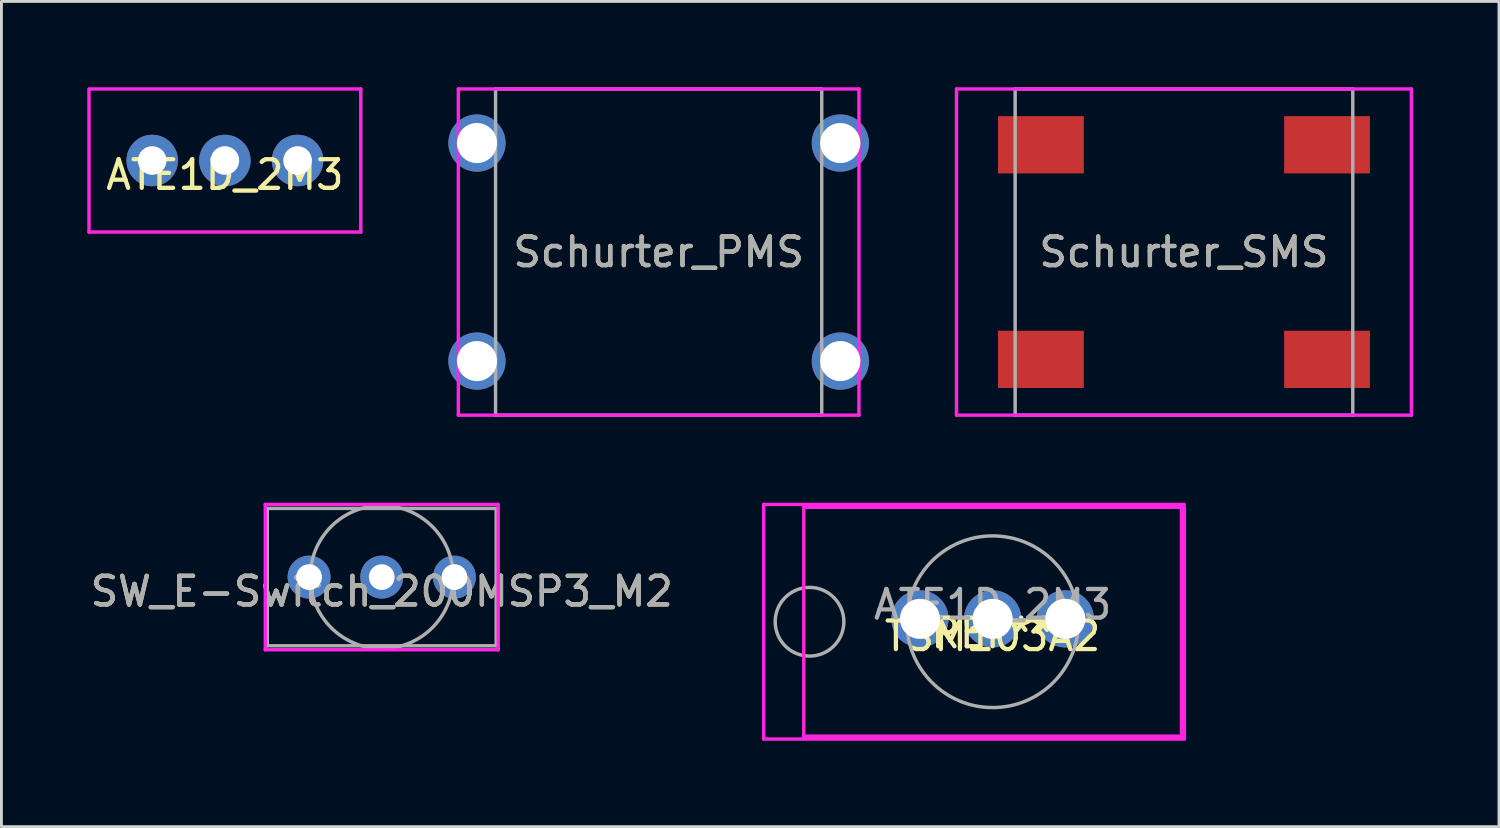
<source format=kicad_pcb>
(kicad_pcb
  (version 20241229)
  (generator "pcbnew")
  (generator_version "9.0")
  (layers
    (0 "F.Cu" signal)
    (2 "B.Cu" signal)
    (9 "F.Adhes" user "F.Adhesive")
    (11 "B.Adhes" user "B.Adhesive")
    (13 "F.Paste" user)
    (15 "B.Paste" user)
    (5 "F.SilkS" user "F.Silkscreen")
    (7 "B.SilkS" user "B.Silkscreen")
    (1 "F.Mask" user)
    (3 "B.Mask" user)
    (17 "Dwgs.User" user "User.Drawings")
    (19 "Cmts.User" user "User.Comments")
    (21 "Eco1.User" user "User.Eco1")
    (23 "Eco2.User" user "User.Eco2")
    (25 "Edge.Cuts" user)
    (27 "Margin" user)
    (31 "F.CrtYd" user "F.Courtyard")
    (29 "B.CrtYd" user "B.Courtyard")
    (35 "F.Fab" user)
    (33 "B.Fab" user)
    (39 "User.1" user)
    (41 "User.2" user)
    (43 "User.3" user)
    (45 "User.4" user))
  (footprint "TSM103A2"
    (layer "F.Cu")
    (at 31.643 18.68)
    (property "Reference" "TSM103A2" (at 0 0.5 0) (layer "F.SilkS") (effects (font (size 1 1) (thickness 0.15))))
    (attr through_hole)
    (fp_line (start -8 -4.1) (end 6.7 -4.1) (stroke (width 0.12) (type solid)) (layer "F.CrtYd"))
    (fp_line (start -8 4.1) (end -8 -4.1) (stroke (width 0.12) (type solid)) (layer "F.CrtYd"))
    (fp_line (start -6.6 4) (end -6.6 -4) (stroke (width 0.12) (type solid)) (layer "F.CrtYd"))
    (fp_line (start 6.6 -4) (end -6.6 -4) (stroke (width 0.12) (type solid)) (layer "F.CrtYd"))
    (fp_line (start 6.6 -4) (end 6.6 4) (stroke (width 0.12) (type solid)) (layer "F.CrtYd"))
    (fp_line (start 6.6 4) (end -6.6 4) (stroke (width 0.12) (type solid)) (layer "F.CrtYd"))
    (fp_line (start 6.7 -4) (end 6.7 4.1) (stroke (width 0.12) (type solid)) (layer "F.CrtYd"))
    (fp_line (start 6.7 4.1) (end -8 4.1) (stroke (width 0.12) (type solid)) (layer "F.CrtYd"))
    (fp_circle (center -6.4 0) (end -5.2 0) (stroke (width 0.12) (type solid)) (fill no) (layer "F.Fab"))
    (fp_circle (center 0 0) (end 3 0) (stroke (width 0.12) (type solid)) (fill no) (layer "F.Fab"))
    (fp_text user "REF**" (at 0 0.4 0) (layer "F.SilkS") (effects (font (size 1 1) (thickness 0.15))))
    (fp_text user "ATE1D_2M3" (at 0 -0.6 0) (layer "F.Fab") (effects (font (size 1 1) (thickness 0.15))))
    (pad "1" thru_hole circle (at -2.54 -0.1) (size 2 2) (drill 1.4) (layers "*.Cu" "*.Mask"))
    (pad "2" thru_hole circle (at 0 -0.1) (size 2 2) (drill 1.4) (layers "*.Cu" "*.Mask"))
    (pad "3" thru_hole circle (at 2.54 -0.1) (size 2 2) (drill 1.4) (layers "*.Cu" "*.Mask")))
  (footprint "SW_E-Switch_200MSP3_M2"
    (layer "F.Cu")
    (at 10.292 17.12)
    (property "Reference" "SW_E-Switch_200MSP3_M2" (at 0 0.5 0) (layer "F.Fab") (effects (font (size 1 1) (thickness 0.15))))
    (attr through_hole)
    (fp_line (start -4.07 -2.54) (end 4.07 -2.54) (stroke (width 0.12) (type solid)) (layer "F.CrtYd"))
    (fp_line (start -4.07 2.54) (end -4.07 -2.54) (stroke (width 0.12) (type solid)) (layer "F.CrtYd"))
    (fp_line (start 4.07 -2.54) (end 4.07 2.54) (stroke (width 0.12) (type solid)) (layer "F.CrtYd"))
    (fp_line (start 4.07 2.54) (end -4.07 2.54) (stroke (width 0.12) (type solid)) (layer "F.CrtYd"))
    (fp_line (start -4 -2.4) (end 4 -2.4) (stroke (width 0.12) (type solid)) (layer "F.Fab"))
    (fp_line (start -4 2.4) (end -4 -2.4) (stroke (width 0.12) (type solid)) (layer "F.Fab"))
    (fp_line (start 4 -2.4) (end 4 2.4) (stroke (width 0.12) (type solid)) (layer "F.Fab"))
    (fp_line (start 4 2.4) (end -4 2.4) (stroke (width 0.12) (type solid)) (layer "F.Fab"))
    (fp_circle (center 0 0) (end 2.5 0) (stroke (width 0.12) (type solid)) (fill no) (layer "F.Fab"))
    (fp_text user "${REFERENCE}" (at 0 0.5 0) (layer "F.SilkS") (effects (font (size 1 1) (thickness 0.15))))
    (pad "1" thru_hole circle (at -2.54 0) (size 1.5 1.5) (drill 0.9) (layers "*.Cu" "*.Mask"))
    (pad "2" thru_hole circle (at 0 0) (size 1.5 1.5) (drill 0.9) (layers "*.Cu" "*.Mask"))
    (pad "3" thru_hole circle (at 2.54 0) (size 1.5 1.5) (drill 0.9) (layers "*.Cu" "*.Mask")))
  (footprint "Schurter_PMS"
    (layer "F.Cu")
    (at 19.97 5.76)
    (property "Reference" "Schurter_PMS" (at 0 0 0) (layer "F.SilkS") (effects (font (size 1 1) (thickness 0.15))))
    (attr smd)
    (fp_line (start -7 -5.7) (end 7 -5.7) (stroke (width 0.12) (type solid)) (layer "F.CrtYd"))
    (fp_line (start -7 5.7) (end -7 -5.7) (stroke (width 0.12) (type solid)) (layer "F.CrtYd"))
    (fp_line (start 7 -5.7) (end 7 5.7) (stroke (width 0.12) (type solid)) (layer "F.CrtYd"))
    (fp_line (start 7 5.7) (end -7 5.7) (stroke (width 0.12) (type solid)) (layer "F.CrtYd"))
    (fp_line (start -5.7 -5.7) (end 5.7 -5.7) (stroke (width 0.12) (type solid)) (layer "F.Fab"))
    (fp_line (start -5.7 5.7) (end -5.7 -5.7) (stroke (width 0.12) (type solid)) (layer "F.Fab"))
    (fp_line (start 5.7 -5.7) (end 5.7 5.7) (stroke (width 0.12) (type solid)) (layer "F.Fab"))
    (fp_line (start 5.7 5.7) (end -5.7 5.7) (stroke (width 0.12) (type solid)) (layer "F.Fab"))
    (fp_text user "${REFERENCE}" (at 0 0 0) (layer "F.Fab") (effects (font (size 1 1) (thickness 0.15))))
    (pad "1" thru_hole circle (at -6.35 -3.81) (size 2 2) (drill 1.4) (layers "*.Cu" "*.Mask"))
    (pad "2" thru_hole circle (at -6.35 3.81) (size 2 2) (drill 1.4) (layers "*.Cu" "*.Mask"))
    (pad "3" thru_hole circle (at 6.35 3.81) (size 2 2) (drill 1.4) (layers "*.Cu" "*.Mask"))
    (pad "4" thru_hole circle (at 6.35 -3.81) (size 2 2) (drill 1.4) (layers "*.Cu" "*.Mask")))
  (footprint "Schurter_SMS"
    (layer "F.Cu")
    (at 38.33 5.76)
    (property "Reference" "Schurter_SMS" (at 0 0 0) (layer "F.SilkS") (effects (font (size 1 1) (thickness 0.15))))
    (attr smd)
    (fp_line (start -7.95 -5.7) (end 7.95 -5.7) (stroke (width 0.12) (type solid)) (layer "F.CrtYd"))
    (fp_line (start -7.95 5.7) (end -7.95 -5.7) (stroke (width 0.12) (type solid)) (layer "F.CrtYd"))
    (fp_line (start 7.95 -5.7) (end 7.95 5.7) (stroke (width 0.12) (type solid)) (layer "F.CrtYd"))
    (fp_line (start 7.95 5.7) (end -7.95 5.7) (stroke (width 0.12) (type solid)) (layer "F.CrtYd"))
    (fp_line (start -5.9 -5.7) (end 5.9 -5.7) (stroke (width 0.12) (type solid)) (layer "F.Fab"))
    (fp_line (start -5.9 5.7) (end -5.9 -5.7) (stroke (width 0.12) (type solid)) (layer "F.Fab"))
    (fp_line (start 5.9 -5.7) (end 5.9 5.7) (stroke (width 0.12) (type solid)) (layer "F.Fab"))
    (fp_line (start 5.9 5.7) (end -5.9 5.7) (stroke (width 0.12) (type solid)) (layer "F.Fab"))
    (fp_text user "${REFERENCE}" (at 0 0 0) (layer "F.Fab") (effects (font (size 1 1) (thickness 0.15))))
    (pad "1" smd rect (at -5 -3.75) (size 3 2) (layers "F.Cu" "F.Mask" "F.Paste"))
    (pad "2" smd rect (at -5 3.75) (size 3 2) (layers "F.Cu" "F.Mask" "F.Paste"))
    (pad "3" smd rect (at 5 3.75) (size 3 2) (layers "F.Cu" "F.Mask" "F.Paste"))
    (pad "4" smd rect (at 5 -3.75) (size 3 2) (layers "F.Cu" "F.Mask" "F.Paste")))
  (footprint "ATE1D_2M3"
    (layer "F.Cu")
    (at 4.81 2.56)
    (property "Reference" "ATE1D_2M3" (at 0 0.5 0) (layer "F.SilkS") (effects (font (size 1 1) (thickness 0.15))))
    (attr through_hole)
    (fp_line (start -4.75 2.5) (end -4.75 -2.5) (stroke (width 0.12) (type solid)) (layer "F.CrtYd"))
    (fp_line (start -4.7 -2.5) (end 4.75 -2.5) (stroke (width 0.12) (type solid)) (layer "F.CrtYd"))
    (fp_line (start 4.75 -2.5) (end 4.75 2.5) (stroke (width 0.12) (type solid)) (layer "F.CrtYd"))
    (fp_line (start 4.75 2.5) (end -4.75 2.5) (stroke (width 0.12) (type solid)) (layer "F.CrtYd"))
    (pad "1" thru_hole circle (at -2.54 0) (size 1.8 1.8) (drill 1) (layers "*.Cu" "*.Mask"))
    (pad "2" thru_hole circle (at 0 0) (size 1.8 1.8) (drill 1) (layers "*.Cu" "*.Mask"))
    (pad "3" thru_hole circle (at 2.54 0) (size 1.8 1.8) (drill 1) (layers "*.Cu" "*.Mask")))
  (gr_rect
    (start -3 -3)
    (end 49.34 25.84)
    (stroke (width 0.1) (type default))
    (fill no)
    (layer "Edge.Cuts")))
</source>
